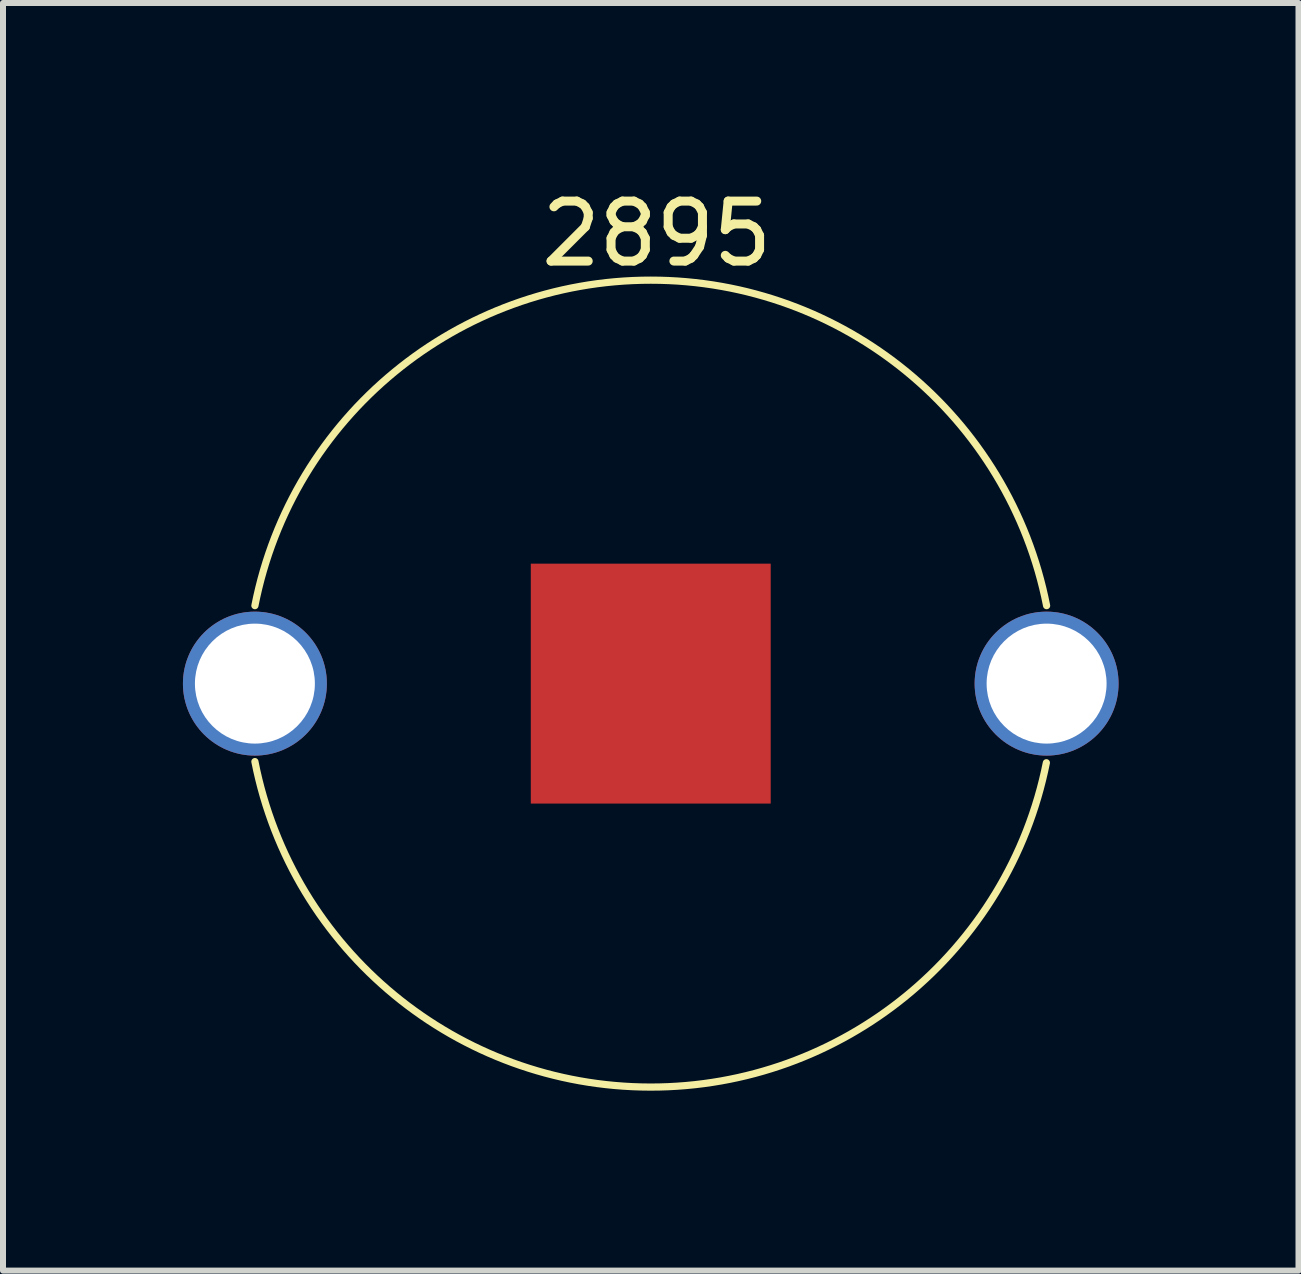
<source format=kicad_pcb>
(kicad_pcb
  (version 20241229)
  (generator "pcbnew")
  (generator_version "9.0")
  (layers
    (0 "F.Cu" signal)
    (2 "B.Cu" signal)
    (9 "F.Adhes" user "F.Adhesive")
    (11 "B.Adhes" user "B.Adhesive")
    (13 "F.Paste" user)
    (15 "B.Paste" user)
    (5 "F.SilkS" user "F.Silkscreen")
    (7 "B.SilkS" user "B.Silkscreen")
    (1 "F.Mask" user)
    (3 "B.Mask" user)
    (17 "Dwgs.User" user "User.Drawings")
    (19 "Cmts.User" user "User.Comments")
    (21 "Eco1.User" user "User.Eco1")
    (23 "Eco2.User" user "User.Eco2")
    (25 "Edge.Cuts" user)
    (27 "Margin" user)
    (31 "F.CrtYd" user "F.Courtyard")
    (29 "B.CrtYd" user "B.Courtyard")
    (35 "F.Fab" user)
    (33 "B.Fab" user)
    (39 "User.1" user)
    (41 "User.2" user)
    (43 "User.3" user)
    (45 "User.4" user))
  (footprint "2895"
    (layer "F.Cu")
    (at 7.8 8.348)
    (property "Reference" "2895" (at 0.1 -7.5 0) (layer "F.SilkS") (effects (font (size 1 1) (thickness 0.15))))
    (attr through_hole)
    (fp_arc (start -6.599999 -1.300001) (mid 0.000001 -6.726811) (end 6.599999 -1.299999) (stroke (width 0.12) (type solid)) (layer "F.SilkS"))
    (fp_arc (start 6.596181 1.319237) (mid -0.009807 6.726804) (end -6.599999 1.299999) (stroke (width 0.12) (type solid)) (layer "F.SilkS"))
    (pad "1" thru_hole circle (at -6.6 0) (size 2.4 2.4) (drill 2) (layers "*.Cu" "*.Mask"))
    (pad "1" thru_hole circle (at 6.6 0) (size 2.4 2.4) (drill 2) (layers "*.Cu" "*.Mask"))
    (pad "2" smd rect (at 0 0) (size 4 4) (layers "F.Cu" "F.Mask" "F.Paste")))
  (gr_rect
    (start -3 -3)
    (end 18.6 18.135)
    (stroke (width 0.1) (type default))
    (fill no)
    (layer "Edge.Cuts")))
</source>
